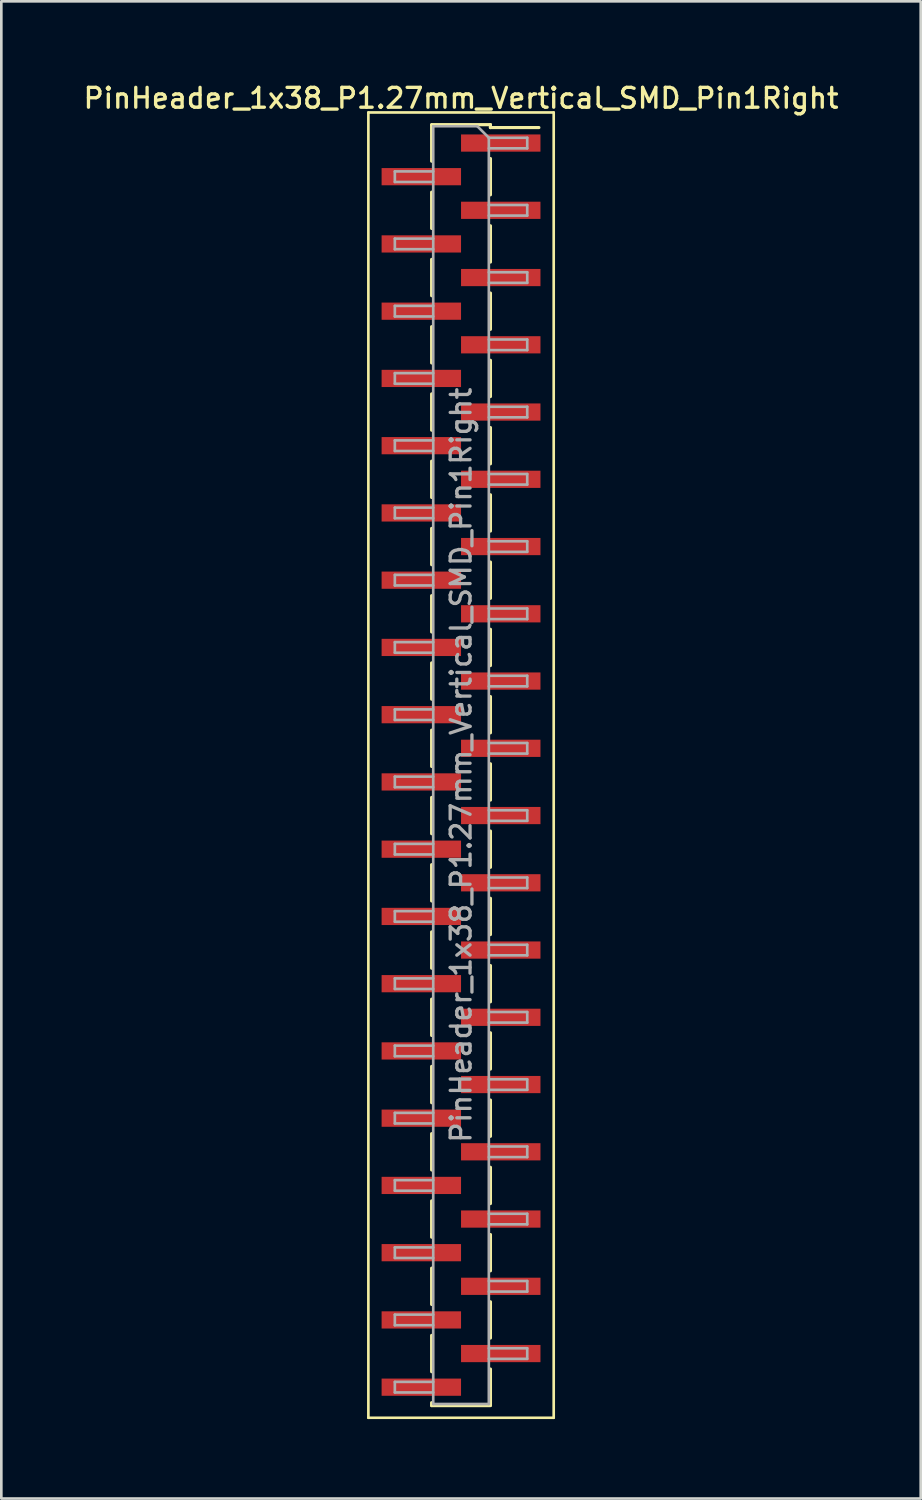
<source format=kicad_pcb>
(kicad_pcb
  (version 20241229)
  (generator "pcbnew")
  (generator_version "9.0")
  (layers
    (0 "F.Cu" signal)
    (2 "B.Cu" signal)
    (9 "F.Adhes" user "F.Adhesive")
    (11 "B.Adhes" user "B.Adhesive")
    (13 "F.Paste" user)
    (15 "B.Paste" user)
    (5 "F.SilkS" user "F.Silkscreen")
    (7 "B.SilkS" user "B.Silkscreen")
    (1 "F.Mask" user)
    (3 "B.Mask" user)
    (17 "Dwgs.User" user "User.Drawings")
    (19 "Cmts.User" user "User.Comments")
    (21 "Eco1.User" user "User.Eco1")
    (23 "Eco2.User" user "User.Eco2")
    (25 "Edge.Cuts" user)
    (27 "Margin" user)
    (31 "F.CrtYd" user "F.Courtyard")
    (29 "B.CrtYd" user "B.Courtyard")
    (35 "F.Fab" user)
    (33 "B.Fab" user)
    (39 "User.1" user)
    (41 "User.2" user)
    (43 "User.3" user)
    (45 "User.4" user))
  (footprint "PinHeader_1x38_P1.27mm_Vertical_SMD_Pin1Right"
    (layer "F.Cu")
    (at 14.363 25.848)
    (property "Reference" "PinHeader_1x38_P1.27mm_Vertical_SMD_Pin1Right" (at 0 -25.19 0) (layer "F.SilkS") (effects (font (size 0.75 0.75) (thickness 0.125))))
    (attr smd)
    (fp_line (start -3.5 -24.65) (end -3.5 24.65) (stroke (width 0.1) (type solid)) (layer "F.SilkS"))
    (fp_line (start -3.5 24.65) (end 3.5 24.65) (stroke (width 0.1) (type solid)) (layer "F.SilkS"))
    (fp_line (start -1.11 -24.19) (end 1.11 -24.19) (stroke (width 0.12) (type solid)) (layer "F.SilkS"))
    (fp_line (start -1.11 -24.18) (end -1.11 -22.81) (stroke (width 0.12) (type solid)) (layer "F.SilkS"))
    (fp_line (start -1.11 -21.64) (end -1.11 -20.27) (stroke (width 0.12) (type solid)) (layer "F.SilkS"))
    (fp_line (start -1.11 -19.1) (end -1.11 -17.73) (stroke (width 0.12) (type solid)) (layer "F.SilkS"))
    (fp_line (start -1.11 -16.56) (end -1.11 -15.19) (stroke (width 0.12) (type solid)) (layer "F.SilkS"))
    (fp_line (start -1.11 -14.02) (end -1.11 -12.65) (stroke (width 0.12) (type solid)) (layer "F.SilkS"))
    (fp_line (start -1.11 -11.48) (end -1.11 -10.11) (stroke (width 0.12) (type solid)) (layer "F.SilkS"))
    (fp_line (start -1.11 -8.94) (end -1.11 -7.57) (stroke (width 0.12) (type solid)) (layer "F.SilkS"))
    (fp_line (start -1.11 -6.4) (end -1.11 -5.03) (stroke (width 0.12) (type solid)) (layer "F.SilkS"))
    (fp_line (start -1.11 -3.86) (end -1.11 -2.49) (stroke (width 0.12) (type solid)) (layer "F.SilkS"))
    (fp_line (start -1.11 -1.32) (end -1.11 0.05) (stroke (width 0.12) (type solid)) (layer "F.SilkS"))
    (fp_line (start -1.11 1.22) (end -1.11 2.59) (stroke (width 0.12) (type solid)) (layer "F.SilkS"))
    (fp_line (start -1.11 3.76) (end -1.11 5.13) (stroke (width 0.12) (type solid)) (layer "F.SilkS"))
    (fp_line (start -1.11 6.3) (end -1.11 7.67) (stroke (width 0.12) (type solid)) (layer "F.SilkS"))
    (fp_line (start -1.11 8.84) (end -1.11 10.21) (stroke (width 0.12) (type solid)) (layer "F.SilkS"))
    (fp_line (start -1.11 11.38) (end -1.11 12.75) (stroke (width 0.12) (type solid)) (layer "F.SilkS"))
    (fp_line (start -1.11 13.92) (end -1.11 15.29) (stroke (width 0.12) (type solid)) (layer "F.SilkS"))
    (fp_line (start -1.11 16.46) (end -1.11 17.83) (stroke (width 0.12) (type solid)) (layer "F.SilkS"))
    (fp_line (start -1.11 19) (end -1.11 20.37) (stroke (width 0.12) (type solid)) (layer "F.SilkS"))
    (fp_line (start -1.11 21.54) (end -1.11 22.91) (stroke (width 0.12) (type solid)) (layer "F.SilkS"))
    (fp_line (start -1.11 24.08) (end -1.11 24.19) (stroke (width 0.12) (type solid)) (layer "F.SilkS"))
    (fp_line (start -1.11 24.19) (end 1.11 24.19) (stroke (width 0.12) (type solid)) (layer "F.SilkS"))
    (fp_line (start 1.11 -24.19) (end 1.11 -24.08) (stroke (width 0.12) (type solid)) (layer "F.SilkS"))
    (fp_line (start 1.11 -24.08) (end 2.94 -24.08) (stroke (width 0.12) (type solid)) (layer "F.SilkS"))
    (fp_line (start 1.11 -22.91) (end 1.11 -21.54) (stroke (width 0.12) (type solid)) (layer "F.SilkS"))
    (fp_line (start 1.11 -20.37) (end 1.11 -19) (stroke (width 0.12) (type solid)) (layer "F.SilkS"))
    (fp_line (start 1.11 -17.83) (end 1.11 -16.46) (stroke (width 0.12) (type solid)) (layer "F.SilkS"))
    (fp_line (start 1.11 -15.29) (end 1.11 -13.92) (stroke (width 0.12) (type solid)) (layer "F.SilkS"))
    (fp_line (start 1.11 -12.75) (end 1.11 -11.38) (stroke (width 0.12) (type solid)) (layer "F.SilkS"))
    (fp_line (start 1.11 -10.21) (end 1.11 -8.84) (stroke (width 0.12) (type solid)) (layer "F.SilkS"))
    (fp_line (start 1.11 -7.67) (end 1.11 -6.3) (stroke (width 0.12) (type solid)) (layer "F.SilkS"))
    (fp_line (start 1.11 -5.13) (end 1.11 -3.76) (stroke (width 0.12) (type solid)) (layer "F.SilkS"))
    (fp_line (start 1.11 -2.59) (end 1.11 -1.22) (stroke (width 0.12) (type solid)) (layer "F.SilkS"))
    (fp_line (start 1.11 -0.05) (end 1.11 1.32) (stroke (width 0.12) (type solid)) (layer "F.SilkS"))
    (fp_line (start 1.11 2.49) (end 1.11 3.86) (stroke (width 0.12) (type solid)) (layer "F.SilkS"))
    (fp_line (start 1.11 5.03) (end 1.11 6.4) (stroke (width 0.12) (type solid)) (layer "F.SilkS"))
    (fp_line (start 1.11 7.57) (end 1.11 8.94) (stroke (width 0.12) (type solid)) (layer "F.SilkS"))
    (fp_line (start 1.11 10.11) (end 1.11 11.48) (stroke (width 0.12) (type solid)) (layer "F.SilkS"))
    (fp_line (start 1.11 12.65) (end 1.11 14.02) (stroke (width 0.12) (type solid)) (layer "F.SilkS"))
    (fp_line (start 1.11 15.19) (end 1.11 16.56) (stroke (width 0.12) (type solid)) (layer "F.SilkS"))
    (fp_line (start 1.11 17.73) (end 1.11 19.1) (stroke (width 0.12) (type solid)) (layer "F.SilkS"))
    (fp_line (start 1.11 20.27) (end 1.11 21.64) (stroke (width 0.12) (type solid)) (layer "F.SilkS"))
    (fp_line (start 1.11 22.81) (end 1.11 24.18) (stroke (width 0.12) (type solid)) (layer "F.SilkS"))
    (fp_line (start 3.5 -24.65) (end -3.5 -24.65) (stroke (width 0.1) (type solid)) (layer "F.SilkS"))
    (fp_line (start 3.5 24.65) (end 3.5 -24.65) (stroke (width 0.1) (type solid)) (layer "F.SilkS"))
    (fp_line (start -2.5 -22.425) (end -2.5 -22.025) (stroke (width 0.1) (type solid)) (layer "F.Fab"))
    (fp_line (start -2.5 -22.025) (end -1.05 -22.025) (stroke (width 0.1) (type solid)) (layer "F.Fab"))
    (fp_line (start -2.5 -19.885) (end -2.5 -19.485) (stroke (width 0.1) (type solid)) (layer "F.Fab"))
    (fp_line (start -2.5 -19.485) (end -1.05 -19.485) (stroke (width 0.1) (type solid)) (layer "F.Fab"))
    (fp_line (start -2.5 -17.345) (end -2.5 -16.945) (stroke (width 0.1) (type solid)) (layer "F.Fab"))
    (fp_line (start -2.5 -16.945) (end -1.05 -16.945) (stroke (width 0.1) (type solid)) (layer "F.Fab"))
    (fp_line (start -2.5 -14.805) (end -2.5 -14.405) (stroke (width 0.1) (type solid)) (layer "F.Fab"))
    (fp_line (start -2.5 -14.405) (end -1.05 -14.405) (stroke (width 0.1) (type solid)) (layer "F.Fab"))
    (fp_line (start -2.5 -12.265) (end -2.5 -11.865) (stroke (width 0.1) (type solid)) (layer "F.Fab"))
    (fp_line (start -2.5 -11.865) (end -1.05 -11.865) (stroke (width 0.1) (type solid)) (layer "F.Fab"))
    (fp_line (start -2.5 -9.725) (end -2.5 -9.325) (stroke (width 0.1) (type solid)) (layer "F.Fab"))
    (fp_line (start -2.5 -9.325) (end -1.05 -9.325) (stroke (width 0.1) (type solid)) (layer "F.Fab"))
    (fp_line (start -2.5 -7.185) (end -2.5 -6.785) (stroke (width 0.1) (type solid)) (layer "F.Fab"))
    (fp_line (start -2.5 -6.785) (end -1.05 -6.785) (stroke (width 0.1) (type solid)) (layer "F.Fab"))
    (fp_line (start -2.5 -4.645) (end -2.5 -4.245) (stroke (width 0.1) (type solid)) (layer "F.Fab"))
    (fp_line (start -2.5 -4.245) (end -1.05 -4.245) (stroke (width 0.1) (type solid)) (layer "F.Fab"))
    (fp_line (start -2.5 -2.105) (end -2.5 -1.705) (stroke (width 0.1) (type solid)) (layer "F.Fab"))
    (fp_line (start -2.5 -1.705) (end -1.05 -1.705) (stroke (width 0.1) (type solid)) (layer "F.Fab"))
    (fp_line (start -2.5 0.435) (end -2.5 0.835) (stroke (width 0.1) (type solid)) (layer "F.Fab"))
    (fp_line (start -2.5 0.835) (end -1.05 0.835) (stroke (width 0.1) (type solid)) (layer "F.Fab"))
    (fp_line (start -2.5 2.975) (end -2.5 3.375) (stroke (width 0.1) (type solid)) (layer "F.Fab"))
    (fp_line (start -2.5 3.375) (end -1.05 3.375) (stroke (width 0.1) (type solid)) (layer "F.Fab"))
    (fp_line (start -2.5 5.515) (end -2.5 5.915) (stroke (width 0.1) (type solid)) (layer "F.Fab"))
    (fp_line (start -2.5 5.915) (end -1.05 5.915) (stroke (width 0.1) (type solid)) (layer "F.Fab"))
    (fp_line (start -2.5 8.055) (end -2.5 8.455) (stroke (width 0.1) (type solid)) (layer "F.Fab"))
    (fp_line (start -2.5 8.455) (end -1.05 8.455) (stroke (width 0.1) (type solid)) (layer "F.Fab"))
    (fp_line (start -2.5 10.595) (end -2.5 10.995) (stroke (width 0.1) (type solid)) (layer "F.Fab"))
    (fp_line (start -2.5 10.995) (end -1.05 10.995) (stroke (width 0.1) (type solid)) (layer "F.Fab"))
    (fp_line (start -2.5 13.135) (end -2.5 13.535) (stroke (width 0.1) (type solid)) (layer "F.Fab"))
    (fp_line (start -2.5 13.535) (end -1.05 13.535) (stroke (width 0.1) (type solid)) (layer "F.Fab"))
    (fp_line (start -2.5 15.675) (end -2.5 16.075) (stroke (width 0.1) (type solid)) (layer "F.Fab"))
    (fp_line (start -2.5 16.075) (end -1.05 16.075) (stroke (width 0.1) (type solid)) (layer "F.Fab"))
    (fp_line (start -2.5 18.215) (end -2.5 18.615) (stroke (width 0.1) (type solid)) (layer "F.Fab"))
    (fp_line (start -2.5 18.615) (end -1.05 18.615) (stroke (width 0.1) (type solid)) (layer "F.Fab"))
    (fp_line (start -2.5 20.755) (end -2.5 21.155) (stroke (width 0.1) (type solid)) (layer "F.Fab"))
    (fp_line (start -2.5 21.155) (end -1.05 21.155) (stroke (width 0.1) (type solid)) (layer "F.Fab"))
    (fp_line (start -2.5 23.295) (end -2.5 23.695) (stroke (width 0.1) (type solid)) (layer "F.Fab"))
    (fp_line (start -2.5 23.695) (end -1.05 23.695) (stroke (width 0.1) (type solid)) (layer "F.Fab"))
    (fp_line (start -1.05 -24.13) (end -1.05 24.13) (stroke (width 0.1) (type solid)) (layer "F.Fab"))
    (fp_line (start -1.05 -24.13) (end 0.615 -24.13) (stroke (width 0.1) (type solid)) (layer "F.Fab"))
    (fp_line (start -1.05 -22.425) (end -2.5 -22.425) (stroke (width 0.1) (type solid)) (layer "F.Fab"))
    (fp_line (start -1.05 -19.885) (end -2.5 -19.885) (stroke (width 0.1) (type solid)) (layer "F.Fab"))
    (fp_line (start -1.05 -17.345) (end -2.5 -17.345) (stroke (width 0.1) (type solid)) (layer "F.Fab"))
    (fp_line (start -1.05 -14.805) (end -2.5 -14.805) (stroke (width 0.1) (type solid)) (layer "F.Fab"))
    (fp_line (start -1.05 -12.265) (end -2.5 -12.265) (stroke (width 0.1) (type solid)) (layer "F.Fab"))
    (fp_line (start -1.05 -9.725) (end -2.5 -9.725) (stroke (width 0.1) (type solid)) (layer "F.Fab"))
    (fp_line (start -1.05 -7.185) (end -2.5 -7.185) (stroke (width 0.1) (type solid)) (layer "F.Fab"))
    (fp_line (start -1.05 -4.645) (end -2.5 -4.645) (stroke (width 0.1) (type solid)) (layer "F.Fab"))
    (fp_line (start -1.05 -2.105) (end -2.5 -2.105) (stroke (width 0.1) (type solid)) (layer "F.Fab"))
    (fp_line (start -1.05 0.435) (end -2.5 0.435) (stroke (width 0.1) (type solid)) (layer "F.Fab"))
    (fp_line (start -1.05 2.975) (end -2.5 2.975) (stroke (width 0.1) (type solid)) (layer "F.Fab"))
    (fp_line (start -1.05 5.515) (end -2.5 5.515) (stroke (width 0.1) (type solid)) (layer "F.Fab"))
    (fp_line (start -1.05 8.055) (end -2.5 8.055) (stroke (width 0.1) (type solid)) (layer "F.Fab"))
    (fp_line (start -1.05 10.595) (end -2.5 10.595) (stroke (width 0.1) (type solid)) (layer "F.Fab"))
    (fp_line (start -1.05 13.135) (end -2.5 13.135) (stroke (width 0.1) (type solid)) (layer "F.Fab"))
    (fp_line (start -1.05 15.675) (end -2.5 15.675) (stroke (width 0.1) (type solid)) (layer "F.Fab"))
    (fp_line (start -1.05 18.215) (end -2.5 18.215) (stroke (width 0.1) (type solid)) (layer "F.Fab"))
    (fp_line (start -1.05 20.755) (end -2.5 20.755) (stroke (width 0.1) (type solid)) (layer "F.Fab"))
    (fp_line (start -1.05 23.295) (end -2.5 23.295) (stroke (width 0.1) (type solid)) (layer "F.Fab"))
    (fp_line (start 1.05 -23.695) (end 0.615 -24.13) (stroke (width 0.1) (type solid)) (layer "F.Fab"))
    (fp_line (start 1.05 -23.695) (end 2.5 -23.695) (stroke (width 0.1) (type solid)) (layer "F.Fab"))
    (fp_line (start 1.05 -21.155) (end 2.5 -21.155) (stroke (width 0.1) (type solid)) (layer "F.Fab"))
    (fp_line (start 1.05 -18.615) (end 2.5 -18.615) (stroke (width 0.1) (type solid)) (layer "F.Fab"))
    (fp_line (start 1.05 -16.075) (end 2.5 -16.075) (stroke (width 0.1) (type solid)) (layer "F.Fab"))
    (fp_line (start 1.05 -13.535) (end 2.5 -13.535) (stroke (width 0.1) (type solid)) (layer "F.Fab"))
    (fp_line (start 1.05 -10.995) (end 2.5 -10.995) (stroke (width 0.1) (type solid)) (layer "F.Fab"))
    (fp_line (start 1.05 -8.455) (end 2.5 -8.455) (stroke (width 0.1) (type solid)) (layer "F.Fab"))
    (fp_line (start 1.05 -5.915) (end 2.5 -5.915) (stroke (width 0.1) (type solid)) (layer "F.Fab"))
    (fp_line (start 1.05 -3.375) (end 2.5 -3.375) (stroke (width 0.1) (type solid)) (layer "F.Fab"))
    (fp_line (start 1.05 -0.835) (end 2.5 -0.835) (stroke (width 0.1) (type solid)) (layer "F.Fab"))
    (fp_line (start 1.05 1.705) (end 2.5 1.705) (stroke (width 0.1) (type solid)) (layer "F.Fab"))
    (fp_line (start 1.05 4.245) (end 2.5 4.245) (stroke (width 0.1) (type solid)) (layer "F.Fab"))
    (fp_line (start 1.05 6.785) (end 2.5 6.785) (stroke (width 0.1) (type solid)) (layer "F.Fab"))
    (fp_line (start 1.05 9.325) (end 2.5 9.325) (stroke (width 0.1) (type solid)) (layer "F.Fab"))
    (fp_line (start 1.05 11.865) (end 2.5 11.865) (stroke (width 0.1) (type solid)) (layer "F.Fab"))
    (fp_line (start 1.05 14.405) (end 2.5 14.405) (stroke (width 0.1) (type solid)) (layer "F.Fab"))
    (fp_line (start 1.05 16.945) (end 2.5 16.945) (stroke (width 0.1) (type solid)) (layer "F.Fab"))
    (fp_line (start 1.05 19.485) (end 2.5 19.485) (stroke (width 0.1) (type solid)) (layer "F.Fab"))
    (fp_line (start 1.05 22.025) (end 2.5 22.025) (stroke (width 0.1) (type solid)) (layer "F.Fab"))
    (fp_line (start 1.05 24.13) (end -1.05 24.13) (stroke (width 0.1) (type solid)) (layer "F.Fab"))
    (fp_line (start 1.05 24.13) (end 1.05 -23.695) (stroke (width 0.1) (type solid)) (layer "F.Fab"))
    (fp_line (start 2.5 -23.695) (end 2.5 -23.295) (stroke (width 0.1) (type solid)) (layer "F.Fab"))
    (fp_line (start 2.5 -23.295) (end 1.05 -23.295) (stroke (width 0.1) (type solid)) (layer "F.Fab"))
    (fp_line (start 2.5 -21.155) (end 2.5 -20.755) (stroke (width 0.1) (type solid)) (layer "F.Fab"))
    (fp_line (start 2.5 -20.755) (end 1.05 -20.755) (stroke (width 0.1) (type solid)) (layer "F.Fab"))
    (fp_line (start 2.5 -18.615) (end 2.5 -18.215) (stroke (width 0.1) (type solid)) (layer "F.Fab"))
    (fp_line (start 2.5 -18.215) (end 1.05 -18.215) (stroke (width 0.1) (type solid)) (layer "F.Fab"))
    (fp_line (start 2.5 -16.075) (end 2.5 -15.675) (stroke (width 0.1) (type solid)) (layer "F.Fab"))
    (fp_line (start 2.5 -15.675) (end 1.05 -15.675) (stroke (width 0.1) (type solid)) (layer "F.Fab"))
    (fp_line (start 2.5 -13.535) (end 2.5 -13.135) (stroke (width 0.1) (type solid)) (layer "F.Fab"))
    (fp_line (start 2.5 -13.135) (end 1.05 -13.135) (stroke (width 0.1) (type solid)) (layer "F.Fab"))
    (fp_line (start 2.5 -10.995) (end 2.5 -10.595) (stroke (width 0.1) (type solid)) (layer "F.Fab"))
    (fp_line (start 2.5 -10.595) (end 1.05 -10.595) (stroke (width 0.1) (type solid)) (layer "F.Fab"))
    (fp_line (start 2.5 -8.455) (end 2.5 -8.055) (stroke (width 0.1) (type solid)) (layer "F.Fab"))
    (fp_line (start 2.5 -8.055) (end 1.05 -8.055) (stroke (width 0.1) (type solid)) (layer "F.Fab"))
    (fp_line (start 2.5 -5.915) (end 2.5 -5.515) (stroke (width 0.1) (type solid)) (layer "F.Fab"))
    (fp_line (start 2.5 -5.515) (end 1.05 -5.515) (stroke (width 0.1) (type solid)) (layer "F.Fab"))
    (fp_line (start 2.5 -3.375) (end 2.5 -2.975) (stroke (width 0.1) (type solid)) (layer "F.Fab"))
    (fp_line (start 2.5 -2.975) (end 1.05 -2.975) (stroke (width 0.1) (type solid)) (layer "F.Fab"))
    (fp_line (start 2.5 -0.835) (end 2.5 -0.435) (stroke (width 0.1) (type solid)) (layer "F.Fab"))
    (fp_line (start 2.5 -0.435) (end 1.05 -0.435) (stroke (width 0.1) (type solid)) (layer "F.Fab"))
    (fp_line (start 2.5 1.705) (end 2.5 2.105) (stroke (width 0.1) (type solid)) (layer "F.Fab"))
    (fp_line (start 2.5 2.105) (end 1.05 2.105) (stroke (width 0.1) (type solid)) (layer "F.Fab"))
    (fp_line (start 2.5 4.245) (end 2.5 4.645) (stroke (width 0.1) (type solid)) (layer "F.Fab"))
    (fp_line (start 2.5 4.645) (end 1.05 4.645) (stroke (width 0.1) (type solid)) (layer "F.Fab"))
    (fp_line (start 2.5 6.785) (end 2.5 7.185) (stroke (width 0.1) (type solid)) (layer "F.Fab"))
    (fp_line (start 2.5 7.185) (end 1.05 7.185) (stroke (width 0.1) (type solid)) (layer "F.Fab"))
    (fp_line (start 2.5 9.325) (end 2.5 9.725) (stroke (width 0.1) (type solid)) (layer "F.Fab"))
    (fp_line (start 2.5 9.725) (end 1.05 9.725) (stroke (width 0.1) (type solid)) (layer "F.Fab"))
    (fp_line (start 2.5 11.865) (end 2.5 12.265) (stroke (width 0.1) (type solid)) (layer "F.Fab"))
    (fp_line (start 2.5 12.265) (end 1.05 12.265) (stroke (width 0.1) (type solid)) (layer "F.Fab"))
    (fp_line (start 2.5 14.405) (end 2.5 14.805) (stroke (width 0.1) (type solid)) (layer "F.Fab"))
    (fp_line (start 2.5 14.805) (end 1.05 14.805) (stroke (width 0.1) (type solid)) (layer "F.Fab"))
    (fp_line (start 2.5 16.945) (end 2.5 17.345) (stroke (width 0.1) (type solid)) (layer "F.Fab"))
    (fp_line (start 2.5 17.345) (end 1.05 17.345) (stroke (width 0.1) (type solid)) (layer "F.Fab"))
    (fp_line (start 2.5 19.485) (end 2.5 19.885) (stroke (width 0.1) (type solid)) (layer "F.Fab"))
    (fp_line (start 2.5 19.885) (end 1.05 19.885) (stroke (width 0.1) (type solid)) (layer "F.Fab"))
    (fp_line (start 2.5 22.025) (end 2.5 22.425) (stroke (width 0.1) (type solid)) (layer "F.Fab"))
    (fp_line (start 2.5 22.425) (end 1.05 22.425) (stroke (width 0.1) (type solid)) (layer "F.Fab"))
    (fp_text user "${REFERENCE}" (at 0 0 90) (layer "F.Fab") (effects (font (size 0.75 0.75) (thickness 0.125))))
    (pad "1" smd rect (at 1.5 -23.495) (size 3 0.65) (layers "F.Cu" "F.Mask" "F.Paste"))
    (pad "2" smd rect (at -1.5 -22.225) (size 3 0.65) (layers "F.Cu" "F.Mask" "F.Paste"))
    (pad "3" smd rect (at 1.5 -20.955) (size 3 0.65) (layers "F.Cu" "F.Mask" "F.Paste"))
    (pad "4" smd rect (at -1.5 -19.685) (size 3 0.65) (layers "F.Cu" "F.Mask" "F.Paste"))
    (pad "5" smd rect (at 1.5 -18.415) (size 3 0.65) (layers "F.Cu" "F.Mask" "F.Paste"))
    (pad "6" smd rect (at -1.5 -17.145) (size 3 0.65) (layers "F.Cu" "F.Mask" "F.Paste"))
    (pad "7" smd rect (at 1.5 -15.875) (size 3 0.65) (layers "F.Cu" "F.Mask" "F.Paste"))
    (pad "8" smd rect (at -1.5 -14.605) (size 3 0.65) (layers "F.Cu" "F.Mask" "F.Paste"))
    (pad "9" smd rect (at 1.5 -13.335) (size 3 0.65) (layers "F.Cu" "F.Mask" "F.Paste"))
    (pad "10" smd rect (at -1.5 -12.065) (size 3 0.65) (layers "F.Cu" "F.Mask" "F.Paste"))
    (pad "11" smd rect (at 1.5 -10.795) (size 3 0.65) (layers "F.Cu" "F.Mask" "F.Paste"))
    (pad "12" smd rect (at -1.5 -9.525) (size 3 0.65) (layers "F.Cu" "F.Mask" "F.Paste"))
    (pad "13" smd rect (at 1.5 -8.255) (size 3 0.65) (layers "F.Cu" "F.Mask" "F.Paste"))
    (pad "14" smd rect (at -1.5 -6.985) (size 3 0.65) (layers "F.Cu" "F.Mask" "F.Paste"))
    (pad "15" smd rect (at 1.5 -5.715) (size 3 0.65) (layers "F.Cu" "F.Mask" "F.Paste"))
    (pad "16" smd rect (at -1.5 -4.445) (size 3 0.65) (layers "F.Cu" "F.Mask" "F.Paste"))
    (pad "17" smd rect (at 1.5 -3.175) (size 3 0.65) (layers "F.Cu" "F.Mask" "F.Paste"))
    (pad "18" smd rect (at -1.5 -1.905) (size 3 0.65) (layers "F.Cu" "F.Mask" "F.Paste"))
    (pad "19" smd rect (at 1.5 -0.635) (size 3 0.65) (layers "F.Cu" "F.Mask" "F.Paste"))
    (pad "20" smd rect (at -1.5 0.635) (size 3 0.65) (layers "F.Cu" "F.Mask" "F.Paste"))
    (pad "21" smd rect (at 1.5 1.905) (size 3 0.65) (layers "F.Cu" "F.Mask" "F.Paste"))
    (pad "22" smd rect (at -1.5 3.175) (size 3 0.65) (layers "F.Cu" "F.Mask" "F.Paste"))
    (pad "23" smd rect (at 1.5 4.445) (size 3 0.65) (layers "F.Cu" "F.Mask" "F.Paste"))
    (pad "24" smd rect (at -1.5 5.715) (size 3 0.65) (layers "F.Cu" "F.Mask" "F.Paste"))
    (pad "25" smd rect (at 1.5 6.985) (size 3 0.65) (layers "F.Cu" "F.Mask" "F.Paste"))
    (pad "26" smd rect (at -1.5 8.255) (size 3 0.65) (layers "F.Cu" "F.Mask" "F.Paste"))
    (pad "27" smd rect (at 1.5 9.525) (size 3 0.65) (layers "F.Cu" "F.Mask" "F.Paste"))
    (pad "28" smd rect (at -1.5 10.795) (size 3 0.65) (layers "F.Cu" "F.Mask" "F.Paste"))
    (pad "29" smd rect (at 1.5 12.065) (size 3 0.65) (layers "F.Cu" "F.Mask" "F.Paste"))
    (pad "30" smd rect (at -1.5 13.335) (size 3 0.65) (layers "F.Cu" "F.Mask" "F.Paste"))
    (pad "31" smd rect (at 1.5 14.605) (size 3 0.65) (layers "F.Cu" "F.Mask" "F.Paste"))
    (pad "32" smd rect (at -1.5 15.875) (size 3 0.65) (layers "F.Cu" "F.Mask" "F.Paste"))
    (pad "33" smd rect (at 1.5 17.145) (size 3 0.65) (layers "F.Cu" "F.Mask" "F.Paste"))
    (pad "34" smd rect (at -1.5 18.415) (size 3 0.65) (layers "F.Cu" "F.Mask" "F.Paste"))
    (pad "35" smd rect (at 1.5 19.685) (size 3 0.65) (layers "F.Cu" "F.Mask" "F.Paste"))
    (pad "36" smd rect (at -1.5 20.955) (size 3 0.65) (layers "F.Cu" "F.Mask" "F.Paste"))
    (pad "37" smd rect (at 1.5 22.225) (size 3 0.65) (layers "F.Cu" "F.Mask" "F.Paste"))
    (pad "38" smd rect (at -1.5 23.495) (size 3 0.65) (layers "F.Cu" "F.Mask" "F.Paste")))
  (gr_rect
    (start -3 -3)
    (end 31.725 53.548)
    (stroke (width 0.1) (type default))
    (fill no)
    (layer "Edge.Cuts")))
</source>
